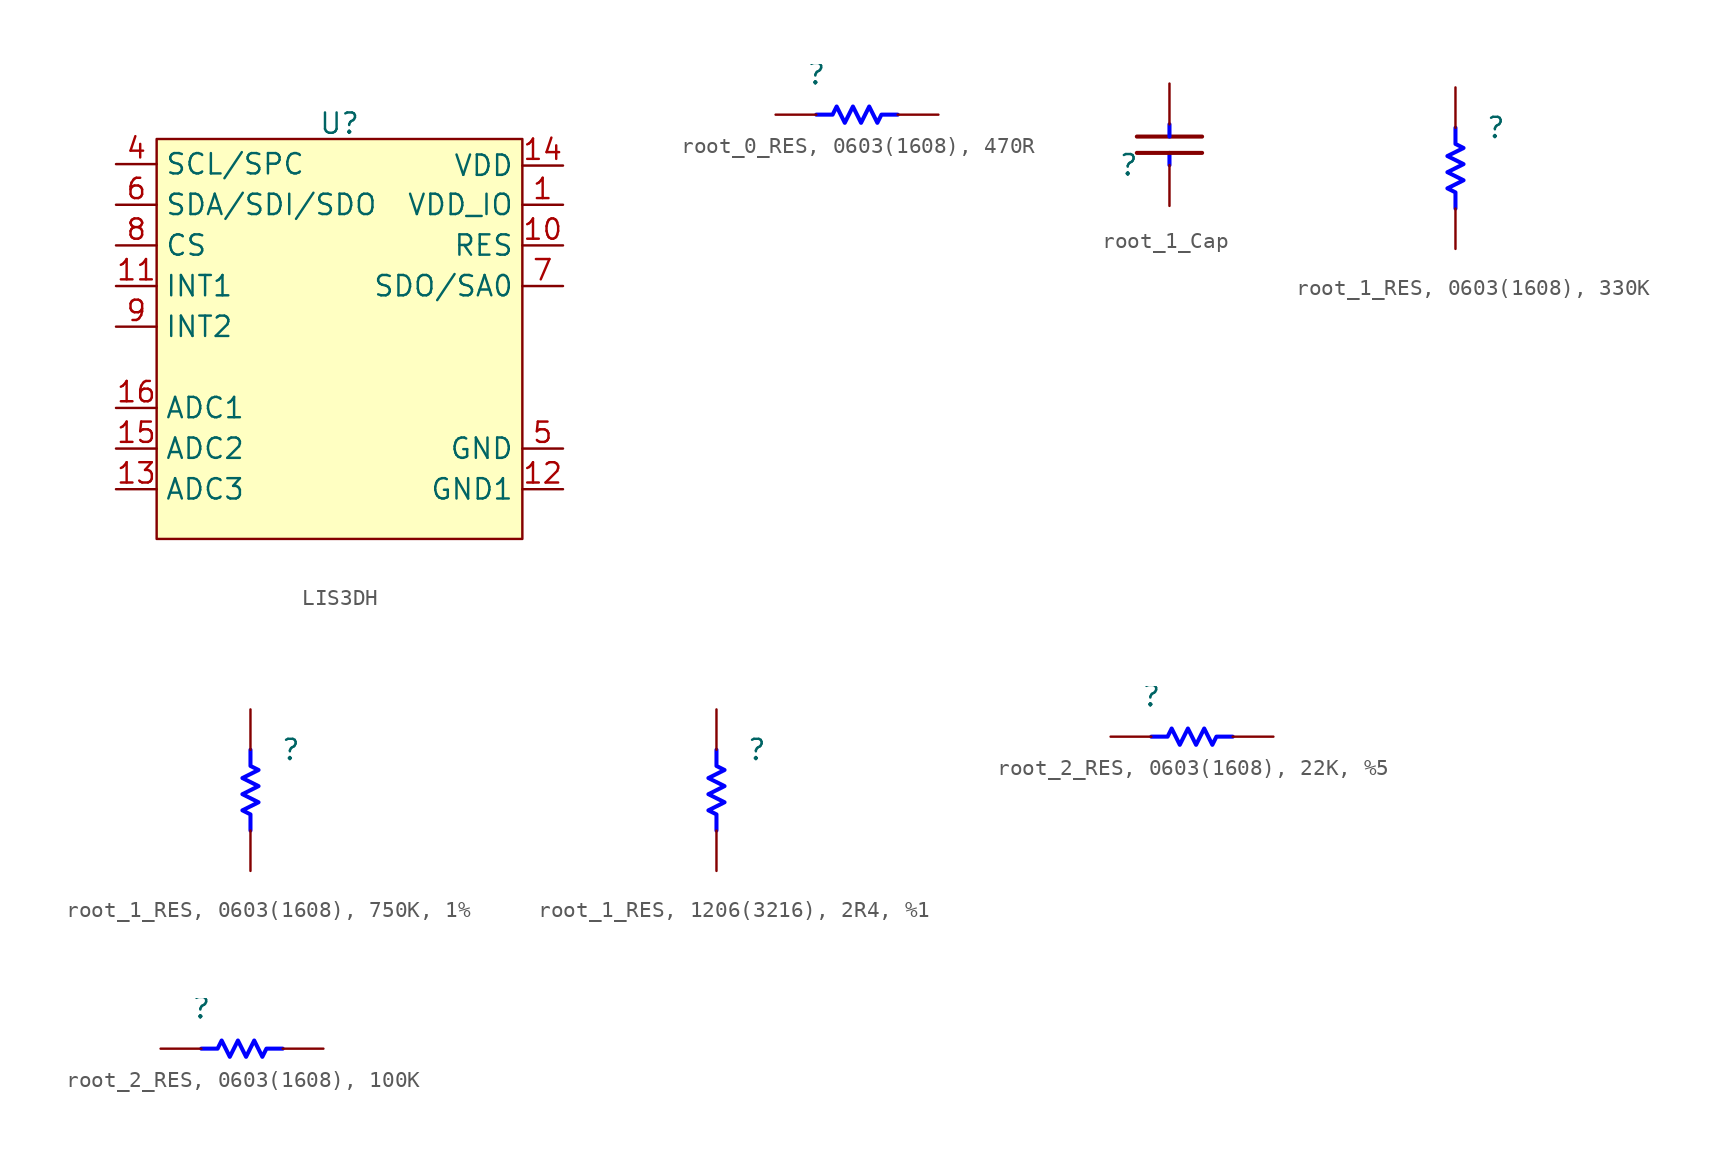
<source format=kicad_sym>
(kicad_symbol_lib
  (version 20220914)
  (generator kicad_symbol_editor)
  (symbol "LIS3DH"
    (property "Reference" "U"
      (at 13.97 2.54 0)
      (effects (font (size 1.27 1.27))))
    (property "Value" ""
      (at 17.78 -11.43 0)
      (effects (font (size 1.27 1.27))))
    (symbol "LIS3DH_1_0"
      (rectangle (start 2.54 1.57) (end 25.4 -23.43) (stroke (width 0) (type solid)) (fill (type background)))
      (pin power_in line (at 27.94 -2.54 180) (length 2.54) (name "VDD_IO" (effects (font (size 1.27 1.27)))) (number "1" (effects (font (size 1.27 1.27)))))
      (pin power_in line (at 27.94 -5.08 180) (length 2.54) (name "RES" (effects (font (size 1.27 1.27)))) (number "10" (effects (font (size 1.27 1.27)))))
      (pin passive line (at 0 -7.62 0) (length 2.54) (name "INT1" (effects (font (size 1.27 1.27)))) (number "11" (effects (font (size 1.27 1.27)))))
      (pin power_in line (at 27.94 -20.32 180) (length 2.54) (name "GND1" (effects (font (size 1.27 1.27)))) (number "12" (effects (font (size 1.27 1.27)))))
      (pin passive line (at 0 -20.32 0) (length 2.54) (name "ADC3" (effects (font (size 1.27 1.27)))) (number "13" (effects (font (size 1.27 1.27)))))
      (pin power_in line (at 27.94 -0.09 180) (length 2.54) (name "VDD" (effects (font (size 1.27 1.27)))) (number "14" (effects (font (size 1.27 1.27)))))
      (pin passive line (at 0 -17.78 0) (length 2.54) (name "ADC2" (effects (font (size 1.27 1.27)))) (number "15" (effects (font (size 1.27 1.27)))))
      (pin passive line (at 0 -15.24 0) (length 2.54) (name "ADC1" (effects (font (size 1.27 1.27)))) (number "16" (effects (font (size 1.27 1.27)))))
      (pin passive line (at 0 0 0) (length 2.54) (name "SCL/SPC" (effects (font (size 1.27 1.27)))) (number "4" (effects (font (size 1.27 1.27)))))
      (pin power_in line (at 27.94 -17.78 180) (length 2.54) (name "GND" (effects (font (size 1.27 1.27)))) (number "5" (effects (font (size 1.27 1.27)))))
      (pin passive line (at 0 -2.54 0) (length 2.54) (name "SDA/SDI/SDO" (effects (font (size 1.27 1.27)))) (number "6" (effects (font (size 1.27 1.27)))))
      (pin passive line (at 27.94 -7.62 180) (length 2.54) (name "SDO/SA0" (effects (font (size 1.27 1.27)))) (number "7" (effects (font (size 1.27 1.27)))))
      (pin passive line (at 0 -5.08 0) (length 2.54) (name "CS" (effects (font (size 1.27 1.27)))) (number "8" (effects (font (size 1.27 1.27)))))
      (pin passive line (at 0 -10.16 0) (length 2.54) (name "INT2" (effects (font (size 1.27 1.27)))) (number "9" (effects (font (size 1.27 1.27)))))))
  (symbol "root_0_RES, 0603(1608), 470R"
    (property "Reference" ""
      (at 0 0 0)
      (effects (font (size 1.27 1.27))))
    (property "Value" ""
      (at 0 0 0)
      (effects (font (size 1.27 1.27))))
    (symbol "root_0_RES, 0603(1608), 470R_1_0"
      (polyline (pts (xy 5.08 -2.54) (xy 4.064 -2.54) (xy 3.81 -3.048) (xy 3.302 -2.032) (xy 2.794 -3.048) (xy 2.286 -2.032) (xy 1.778 -3.048) (xy 1.27 -2.032) (xy 1.016 -2.54) (xy 0 -2.54)) (stroke (width 0.254) (type solid) (color 0 0 255 1)) (fill (type none)))
      (pin passive line (at -2.54 -2.54 0) (length 2.54) (name "1" (effects (font (size 0 0)))) (number "1" (effects (font (size 0 0)))))
      (pin passive line (at 7.62 -2.54 180) (length 2.54) (name "2" (effects (font (size 0 0)))) (number "2" (effects (font (size 0 0)))))))
  (symbol "root_1_Cap"
    (property "Reference" ""
      (at 0 0 0)
      (effects (font (size 1.27 1.27))))
    (property "Value" ""
      (at 0 0 0)
      (effects (font (size 1.27 1.27))))
    (symbol "root_1_Cap_1_0"
      (polyline (pts (xy 0.508 1.778) (xy 4.572 1.778)) (stroke (width 0.254) (type solid)) (fill (type none)))
      (polyline (pts (xy 2.54 0) (xy 2.54 0.762)) (stroke (width 0.254) (type solid) (color 0 0 255 1)) (fill (type none)))
      (polyline (pts (xy 2.54 2.54) (xy 2.54 1.778)) (stroke (width 0.254) (type solid) (color 0 0 255 1)) (fill (type none)))
      (polyline (pts (xy 4.572 0.762) (xy 0.508 0.762)) (stroke (width 0.254) (type solid)) (fill (type none)))
      (pin passive line (at 2.54 -2.54 90) (length 2.54) (name "1" (effects (font (size 0 0)))) (number "1" (effects (font (size 0 0)))))
      (pin passive line (at 2.54 5.08 270) (length 2.54) (name "2" (effects (font (size 0 0)))) (number "2" (effects (font (size 0 0)))))))
  (symbol "root_1_RES, 0603(1608), 330K"
    (property "Reference" ""
      (at 0 0 0)
      (effects (font (size 1.27 1.27))))
    (property "Value" ""
      (at 0 0 0)
      (effects (font (size 1.27 1.27))))
    (symbol "root_1_RES, 0603(1608), 330K_1_0"
      (polyline (pts (xy -2.54 -5.08) (xy -2.54 -4.064) (xy -3.048 -3.81) (xy -2.032 -3.302) (xy -3.048 -2.794) (xy -2.032 -2.286) (xy -3.048 -1.778) (xy -2.032 -1.27) (xy -2.54 -1.016) (xy -2.54 0)) (stroke (width 0.254) (type solid) (color 0 0 255 1)) (fill (type none)))
      (pin passive line (at -2.54 2.54 270) (length 2.54) (name "1" (effects (font (size 0 0)))) (number "1" (effects (font (size 0 0)))))
      (pin passive line (at -2.54 -7.62 90) (length 2.54) (name "2" (effects (font (size 0 0)))) (number "2" (effects (font (size 0 0)))))))
  (symbol "root_1_RES, 0603(1608), 750K, 1%"
    (property "Reference" ""
      (at 0 0 0)
      (effects (font (size 1.27 1.27))))
    (property "Value" ""
      (at 0 0 0)
      (effects (font (size 1.27 1.27))))
    (symbol "root_1_RES, 0603(1608), 750K, 1%_1_0"
      (polyline (pts (xy -2.54 -5.08) (xy -2.54 -4.064) (xy -3.048 -3.81) (xy -2.032 -3.302) (xy -3.048 -2.794) (xy -2.032 -2.286) (xy -3.048 -1.778) (xy -2.032 -1.27) (xy -2.54 -1.016) (xy -2.54 0)) (stroke (width 0.254) (type solid) (color 0 0 255 1)) (fill (type none)))
      (pin passive line (at -2.54 2.54 270) (length 2.54) (name "1" (effects (font (size 0 0)))) (number "1" (effects (font (size 0 0)))))
      (pin passive line (at -2.54 -7.62 90) (length 2.54) (name "2" (effects (font (size 0 0)))) (number "2" (effects (font (size 0 0)))))))
  (symbol "root_1_RES, 1206(3216), 2R4, %1"
    (property "Reference" ""
      (at 0 0 0)
      (effects (font (size 1.27 1.27))))
    (property "Value" ""
      (at 0 0 0)
      (effects (font (size 1.27 1.27))))
    (symbol "root_1_RES, 1206(3216), 2R4, %1_1_0"
      (polyline (pts (xy -2.54 -5.08) (xy -2.54 -4.064) (xy -3.048 -3.81) (xy -2.032 -3.302) (xy -3.048 -2.794) (xy -2.032 -2.286) (xy -3.048 -1.778) (xy -2.032 -1.27) (xy -2.54 -1.016) (xy -2.54 0)) (stroke (width 0.254) (type solid) (color 0 0 255 1)) (fill (type none)))
      (pin passive line (at -2.54 2.54 270) (length 2.54) (name "1" (effects (font (size 0 0)))) (number "1" (effects (font (size 0 0)))))
      (pin passive line (at -2.54 -7.62 90) (length 2.54) (name "2" (effects (font (size 0 0)))) (number "2" (effects (font (size 0 0)))))))
  (symbol "root_2_RES, 0603(1608), 22K, %5"
    (property "Reference" ""
      (at 0 0 0)
      (effects (font (size 1.27 1.27))))
    (property "Value" ""
      (at 0 0 0)
      (effects (font (size 1.27 1.27))))
    (symbol "root_2_RES, 0603(1608), 22K, %5_1_0"
      (polyline (pts (xy 5.08 -2.54) (xy 4.064 -2.54) (xy 3.81 -3.048) (xy 3.302 -2.032) (xy 2.794 -3.048) (xy 2.286 -2.032) (xy 1.778 -3.048) (xy 1.27 -2.032) (xy 1.016 -2.54) (xy 0 -2.54)) (stroke (width 0.254) (type solid) (color 0 0 255 1)) (fill (type none)))
      (pin passive line (at -2.54 -2.54 0) (length 2.54) (name "1" (effects (font (size 0 0)))) (number "1" (effects (font (size 0 0)))))
      (pin passive line (at 7.62 -2.54 180) (length 2.54) (name "2" (effects (font (size 0 0)))) (number "2" (effects (font (size 0 0)))))))
  (symbol "root_2_RES, 0603(1608), 100K"
    (property "Reference" ""
      (at 0 0 0)
      (effects (font (size 1.27 1.27))))
    (property "Value" ""
      (at 0 0 0)
      (effects (font (size 1.27 1.27))))
    (symbol "root_2_RES, 0603(1608), 100K_1_0"
      (polyline (pts (xy 5.08 -2.54) (xy 4.064 -2.54) (xy 3.81 -3.048) (xy 3.302 -2.032) (xy 2.794 -3.048) (xy 2.286 -2.032) (xy 1.778 -3.048) (xy 1.27 -2.032) (xy 1.016 -2.54) (xy 0 -2.54)) (stroke (width 0.254) (type solid) (color 0 0 255 1)) (fill (type none)))
      (pin passive line (at -2.54 -2.54 0) (length 2.54) (name "1" (effects (font (size 0 0)))) (number "1" (effects (font (size 0 0)))))
      (pin passive line (at 7.62 -2.54 180) (length 2.54) (name "2" (effects (font (size 0 0)))) (number "2" (effects (font (size 0 0))))))))
</source>
